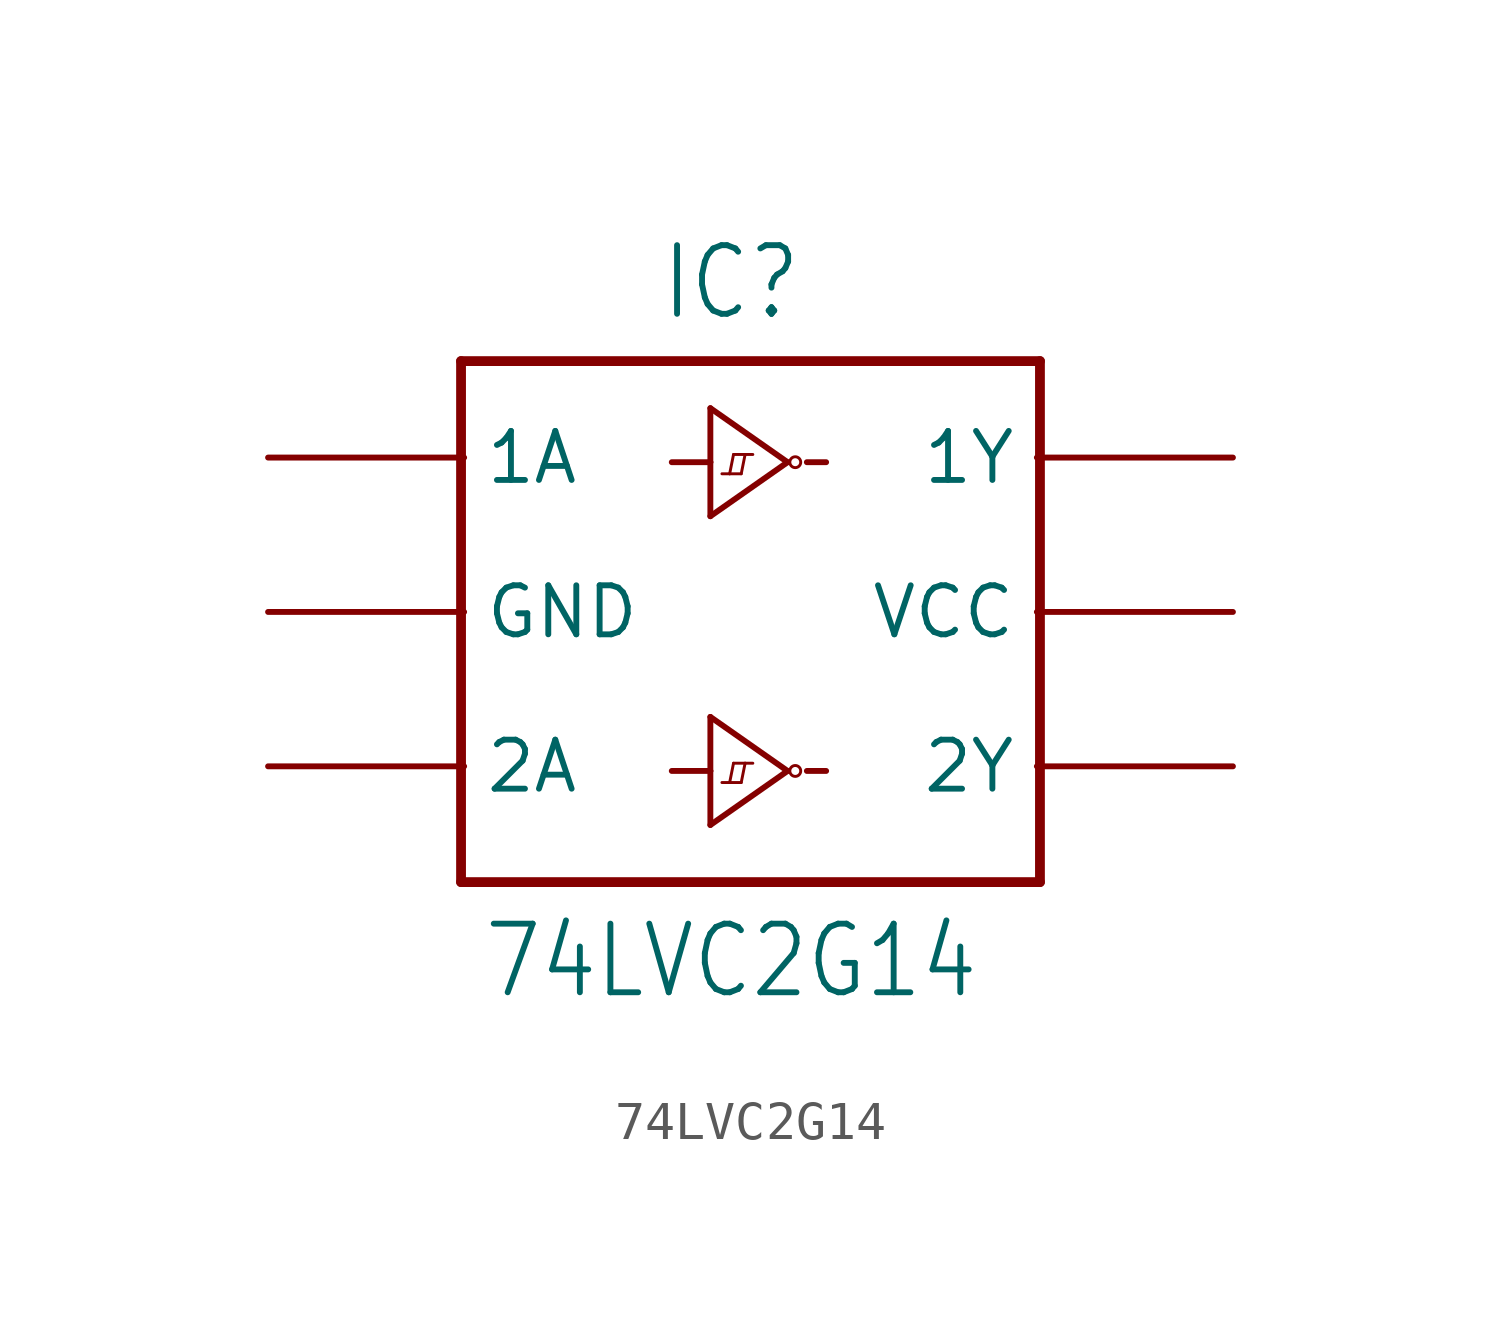
<source format=kicad_sym>
(kicad_symbol_lib
  (version 20211014)
  (generator kicad_symbol_editor)
  (symbol "74LVC2G14"
    (property "Reference" "IC"
      (at -0.5 7.5 0)
      (effects (font (size 1.778 1.511)) (justify bottom)))
    (property "Value" "74LVC2G14"
      (at -0.5 -8 0)
      (effects (font (size 1.778 1.511)) (justify top)))
    (property "ki_locked" ""
      (at 0 0 0)
      (effects (font (size 1.27 1.27))))
    (symbol "74LVC2G14_1_0"
      (polyline (pts (xy -7.5 -7) (xy 7.5 -7)) (stroke (width 0.254) (type default) (color 0 0 0 0)) (fill (type none)))
      (polyline (pts (xy -7.5 6.5) (xy -7.5 -7)) (stroke (width 0.254) (type default) (color 0 0 0 0)) (fill (type none)))
      (polyline (pts (xy -2.04 -4.12) (xy -1.04 -4.12)) (stroke (width 0.152) (type default) (color 0 0 0 0)) (fill (type none)))
      (polyline (pts (xy -2.04 3.88) (xy -1.04 3.88)) (stroke (width 0.152) (type default) (color 0 0 0 0)) (fill (type none)))
      (polyline (pts (xy -1.04 -5.52) (xy -1.04 -4.12)) (stroke (width 0.152) (type default) (color 0 0 0 0)) (fill (type none)))
      (polyline (pts (xy -1.04 -4.12) (xy -1.04 -2.72)) (stroke (width 0.152) (type default) (color 0 0 0 0)) (fill (type none)))
      (polyline (pts (xy -1.04 -2.72) (xy 0.96 -4.12)) (stroke (width 0.152) (type default) (color 0 0 0 0)) (fill (type none)))
      (polyline (pts (xy -1.04 2.48) (xy -1.04 3.88)) (stroke (width 0.152) (type default) (color 0 0 0 0)) (fill (type none)))
      (polyline (pts (xy -1.04 3.88) (xy -1.04 5.28)) (stroke (width 0.152) (type default) (color 0 0 0 0)) (fill (type none)))
      (polyline (pts (xy -1.04 5.28) (xy 0.96 3.88)) (stroke (width 0.152) (type default) (color 0 0 0 0)) (fill (type none)))
      (polyline (pts (xy -0.74 -4.42) (xy -0.54 -4.42)) (stroke (width 0.076) (type default) (color 0 0 0 0)) (fill (type none)))
      (polyline (pts (xy -0.74 3.58) (xy -0.54 3.58)) (stroke (width 0.076) (type default) (color 0 0 0 0)) (fill (type none)))
      (polyline (pts (xy -0.54 -4.42) (xy -0.44 -3.92)) (stroke (width 0.076) (type default) (color 0 0 0 0)) (fill (type none)))
      (polyline (pts (xy -0.54 -4.42) (xy -0.24 -4.42)) (stroke (width 0.076) (type default) (color 0 0 0 0)) (fill (type none)))
      (polyline (pts (xy -0.54 3.58) (xy -0.44 4.08)) (stroke (width 0.076) (type default) (color 0 0 0 0)) (fill (type none)))
      (polyline (pts (xy -0.54 3.58) (xy -0.24 3.58)) (stroke (width 0.076) (type default) (color 0 0 0 0)) (fill (type none)))
      (polyline (pts (xy -0.44 -3.92) (xy -0.14 -3.92)) (stroke (width 0.076) (type default) (color 0 0 0 0)) (fill (type none)))
      (polyline (pts (xy -0.44 4.08) (xy -0.14 4.08)) (stroke (width 0.076) (type default) (color 0 0 0 0)) (fill (type none)))
      (polyline (pts (xy -0.24 -4.42) (xy -0.14 -3.92)) (stroke (width 0.076) (type default) (color 0 0 0 0)) (fill (type none)))
      (polyline (pts (xy -0.24 3.58) (xy -0.14 4.08)) (stroke (width 0.076) (type default) (color 0 0 0 0)) (fill (type none)))
      (polyline (pts (xy -0.14 -3.92) (xy 0.06 -3.92)) (stroke (width 0.076) (type default) (color 0 0 0 0)) (fill (type none)))
      (polyline (pts (xy -0.14 4.08) (xy 0.06 4.08)) (stroke (width 0.076) (type default) (color 0 0 0 0)) (fill (type none)))
      (polyline (pts (xy 0.96 -4.12) (xy -1.04 -5.52)) (stroke (width 0.152) (type default) (color 0 0 0 0)) (fill (type none)))
      (polyline (pts (xy 0.96 3.88) (xy -1.04 2.48)) (stroke (width 0.152) (type default) (color 0 0 0 0)) (fill (type none)))
      (polyline (pts (xy 1.96 -4.12) (xy 1.46 -4.12)) (stroke (width 0.152) (type default) (color 0 0 0 0)) (fill (type none)))
      (polyline (pts (xy 1.96 3.88) (xy 1.46 3.88)) (stroke (width 0.152) (type default) (color 0 0 0 0)) (fill (type none)))
      (polyline (pts (xy 7.5 -7) (xy 7.5 6.5)) (stroke (width 0.254) (type default) (color 0 0 0 0)) (fill (type none)))
      (polyline (pts (xy 7.5 6.5) (xy -7.5 6.5)) (stroke (width 0.254) (type default) (color 0 0 0 0)) (fill (type none)))
      (circle (center 1.16 -4.12) (radius 0.141) (stroke (width 0.076) (type default) (color 0 0 0 0)) (fill (type none)))
      (circle (center 1.16 3.88) (radius 0.141) (stroke (width 0.076) (type default) (color 0 0 0 0)) (fill (type none)))
      (pin bidirectional line (at -12.5 4 0) (length 5.08) (name "1A" (effects (font (size 1.27 1.27)))) (number "1" (effects (font (size 0 0)))))
      (pin bidirectional line (at -12.5 0 0) (length 5.08) (name "GND" (effects (font (size 1.27 1.27)))) (number "2" (effects (font (size 0 0)))))
      (pin bidirectional line (at -12.5 -4 0) (length 5.08) (name "2A" (effects (font (size 1.27 1.27)))) (number "3" (effects (font (size 0 0)))))
      (pin bidirectional line (at 12.5 -4 180) (length 5.08) (name "2Y" (effects (font (size 1.27 1.27)))) (number "4" (effects (font (size 0 0)))))
      (pin bidirectional line (at 12.5 0 180) (length 5.08) (name "VCC" (effects (font (size 1.27 1.27)))) (number "5" (effects (font (size 0 0)))))
      (pin bidirectional line (at 12.5 4 180) (length 5.08) (name "1Y" (effects (font (size 1.27 1.27)))) (number "6" (effects (font (size 0 0))))))))
</source>
